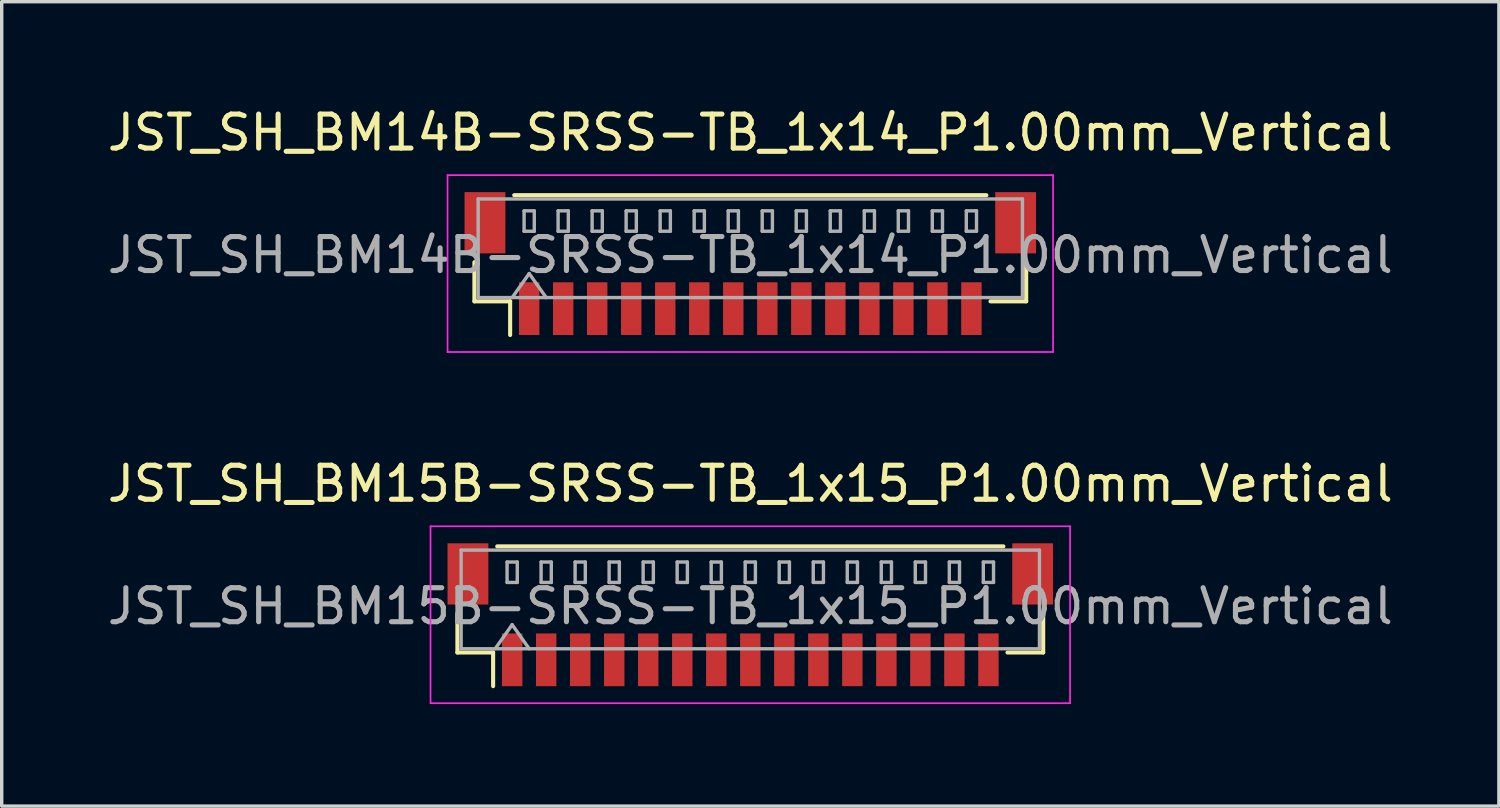
<source format=kicad_pcb>
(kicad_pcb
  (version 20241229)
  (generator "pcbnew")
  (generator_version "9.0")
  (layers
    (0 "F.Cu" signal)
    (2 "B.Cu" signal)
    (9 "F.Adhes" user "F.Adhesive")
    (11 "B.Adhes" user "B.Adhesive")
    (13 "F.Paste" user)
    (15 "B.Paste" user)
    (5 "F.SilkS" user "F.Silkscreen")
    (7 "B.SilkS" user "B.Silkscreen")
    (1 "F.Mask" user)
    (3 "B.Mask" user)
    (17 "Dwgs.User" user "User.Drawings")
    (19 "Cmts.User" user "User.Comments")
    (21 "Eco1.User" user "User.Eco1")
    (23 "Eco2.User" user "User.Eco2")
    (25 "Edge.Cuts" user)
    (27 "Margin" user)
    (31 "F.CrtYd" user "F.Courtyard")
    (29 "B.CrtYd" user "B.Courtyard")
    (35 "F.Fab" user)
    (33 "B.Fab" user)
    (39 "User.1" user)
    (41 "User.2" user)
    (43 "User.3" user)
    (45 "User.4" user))
  (footprint "JST_SH_BM15B-SRSS-TB_1x15_P1.00mm_Vertical"
    (layer "F.Cu")
    (at 19.006 15.021)
    (property "Reference" "JST_SH_BM15B-SRSS-TB_1x15_P1.00mm_Vertical" (at 0 -3.85 0) (layer "F.SilkS") (effects (font (size 1 1) (thickness 0.15))))
    (attr smd)
    (fp_line (start -8.61 -0.04) (end -8.61 1.11) (stroke (width 0.12) (type solid)) (layer "F.SilkS"))
    (fp_line (start -8.61 1.11) (end -7.56 1.11) (stroke (width 0.12) (type solid)) (layer "F.SilkS"))
    (fp_line (start -7.56 1.11) (end -7.56 2.1) (stroke (width 0.12) (type solid)) (layer "F.SilkS"))
    (fp_line (start -7.44 -2.01) (end 7.44 -2.01) (stroke (width 0.12) (type solid)) (layer "F.SilkS"))
    (fp_line (start 8.61 -0.04) (end 8.61 1.11) (stroke (width 0.12) (type solid)) (layer "F.SilkS"))
    (fp_line (start 8.61 1.11) (end 7.56 1.11) (stroke (width 0.12) (type solid)) (layer "F.SilkS"))
    (fp_line (start -9.4 -2.6) (end -9.4 2.6) (stroke (width 0.05) (type solid)) (layer "F.CrtYd"))
    (fp_line (start -9.4 2.6) (end 9.4 2.6) (stroke (width 0.05) (type solid)) (layer "F.CrtYd"))
    (fp_line (start 9.4 -2.6) (end -9.4 -2.6) (stroke (width 0.05) (type solid)) (layer "F.CrtYd"))
    (fp_line (start 9.4 2.6) (end 9.4 -2.6) (stroke (width 0.05) (type solid)) (layer "F.CrtYd"))
    (fp_line (start -8.5 -1.9) (end 8.5 -1.9) (stroke (width 0.1) (type solid)) (layer "F.Fab"))
    (fp_line (start -8.5 1) (end -8.5 -1.9) (stroke (width 0.1) (type solid)) (layer "F.Fab"))
    (fp_line (start -8.5 1) (end 8.5 1) (stroke (width 0.1) (type solid)) (layer "F.Fab"))
    (fp_line (start -7.5 1) (end -7 0.293) (stroke (width 0.1) (type solid)) (layer "F.Fab"))
    (fp_line (start -7.15 -1.55) (end -7.15 -0.95) (stroke (width 0.1) (type solid)) (layer "F.Fab"))
    (fp_line (start -7.15 -0.95) (end -6.85 -0.95) (stroke (width 0.1) (type solid)) (layer "F.Fab"))
    (fp_line (start -7 0.293) (end -6.5 1) (stroke (width 0.1) (type solid)) (layer "F.Fab"))
    (fp_line (start -6.85 -1.55) (end -7.15 -1.55) (stroke (width 0.1) (type solid)) (layer "F.Fab"))
    (fp_line (start -6.85 -0.95) (end -6.85 -1.55) (stroke (width 0.1) (type solid)) (layer "F.Fab"))
    (fp_line (start -6.15 -1.55) (end -6.15 -0.95) (stroke (width 0.1) (type solid)) (layer "F.Fab"))
    (fp_line (start -6.15 -0.95) (end -5.85 -0.95) (stroke (width 0.1) (type solid)) (layer "F.Fab"))
    (fp_line (start -5.85 -1.55) (end -6.15 -1.55) (stroke (width 0.1) (type solid)) (layer "F.Fab"))
    (fp_line (start -5.85 -0.95) (end -5.85 -1.55) (stroke (width 0.1) (type solid)) (layer "F.Fab"))
    (fp_line (start -5.15 -1.55) (end -5.15 -0.95) (stroke (width 0.1) (type solid)) (layer "F.Fab"))
    (fp_line (start -5.15 -0.95) (end -4.85 -0.95) (stroke (width 0.1) (type solid)) (layer "F.Fab"))
    (fp_line (start -4.85 -1.55) (end -5.15 -1.55) (stroke (width 0.1) (type solid)) (layer "F.Fab"))
    (fp_line (start -4.85 -0.95) (end -4.85 -1.55) (stroke (width 0.1) (type solid)) (layer "F.Fab"))
    (fp_line (start -4.15 -1.55) (end -4.15 -0.95) (stroke (width 0.1) (type solid)) (layer "F.Fab"))
    (fp_line (start -4.15 -0.95) (end -3.85 -0.95) (stroke (width 0.1) (type solid)) (layer "F.Fab"))
    (fp_line (start -3.85 -1.55) (end -4.15 -1.55) (stroke (width 0.1) (type solid)) (layer "F.Fab"))
    (fp_line (start -3.85 -0.95) (end -3.85 -1.55) (stroke (width 0.1) (type solid)) (layer "F.Fab"))
    (fp_line (start -3.15 -1.55) (end -3.15 -0.95) (stroke (width 0.1) (type solid)) (layer "F.Fab"))
    (fp_line (start -3.15 -0.95) (end -2.85 -0.95) (stroke (width 0.1) (type solid)) (layer "F.Fab"))
    (fp_line (start -2.85 -1.55) (end -3.15 -1.55) (stroke (width 0.1) (type solid)) (layer "F.Fab"))
    (fp_line (start -2.85 -0.95) (end -2.85 -1.55) (stroke (width 0.1) (type solid)) (layer "F.Fab"))
    (fp_line (start -2.15 -1.55) (end -2.15 -0.95) (stroke (width 0.1) (type solid)) (layer "F.Fab"))
    (fp_line (start -2.15 -0.95) (end -1.85 -0.95) (stroke (width 0.1) (type solid)) (layer "F.Fab"))
    (fp_line (start -1.85 -1.55) (end -2.15 -1.55) (stroke (width 0.1) (type solid)) (layer "F.Fab"))
    (fp_line (start -1.85 -0.95) (end -1.85 -1.55) (stroke (width 0.1) (type solid)) (layer "F.Fab"))
    (fp_line (start -1.15 -1.55) (end -1.15 -0.95) (stroke (width 0.1) (type solid)) (layer "F.Fab"))
    (fp_line (start -1.15 -0.95) (end -0.85 -0.95) (stroke (width 0.1) (type solid)) (layer "F.Fab"))
    (fp_line (start -0.85 -1.55) (end -1.15 -1.55) (stroke (width 0.1) (type solid)) (layer "F.Fab"))
    (fp_line (start -0.85 -0.95) (end -0.85 -1.55) (stroke (width 0.1) (type solid)) (layer "F.Fab"))
    (fp_line (start -0.15 -1.55) (end -0.15 -0.95) (stroke (width 0.1) (type solid)) (layer "F.Fab"))
    (fp_line (start -0.15 -0.95) (end 0.15 -0.95) (stroke (width 0.1) (type solid)) (layer "F.Fab"))
    (fp_line (start 0.15 -1.55) (end -0.15 -1.55) (stroke (width 0.1) (type solid)) (layer "F.Fab"))
    (fp_line (start 0.15 -0.95) (end 0.15 -1.55) (stroke (width 0.1) (type solid)) (layer "F.Fab"))
    (fp_line (start 0.85 -1.55) (end 0.85 -0.95) (stroke (width 0.1) (type solid)) (layer "F.Fab"))
    (fp_line (start 0.85 -0.95) (end 1.15 -0.95) (stroke (width 0.1) (type solid)) (layer "F.Fab"))
    (fp_line (start 1.15 -1.55) (end 0.85 -1.55) (stroke (width 0.1) (type solid)) (layer "F.Fab"))
    (fp_line (start 1.15 -0.95) (end 1.15 -1.55) (stroke (width 0.1) (type solid)) (layer "F.Fab"))
    (fp_line (start 1.85 -1.55) (end 1.85 -0.95) (stroke (width 0.1) (type solid)) (layer "F.Fab"))
    (fp_line (start 1.85 -0.95) (end 2.15 -0.95) (stroke (width 0.1) (type solid)) (layer "F.Fab"))
    (fp_line (start 2.15 -1.55) (end 1.85 -1.55) (stroke (width 0.1) (type solid)) (layer "F.Fab"))
    (fp_line (start 2.15 -0.95) (end 2.15 -1.55) (stroke (width 0.1) (type solid)) (layer "F.Fab"))
    (fp_line (start 2.85 -1.55) (end 2.85 -0.95) (stroke (width 0.1) (type solid)) (layer "F.Fab"))
    (fp_line (start 2.85 -0.95) (end 3.15 -0.95) (stroke (width 0.1) (type solid)) (layer "F.Fab"))
    (fp_line (start 3.15 -1.55) (end 2.85 -1.55) (stroke (width 0.1) (type solid)) (layer "F.Fab"))
    (fp_line (start 3.15 -0.95) (end 3.15 -1.55) (stroke (width 0.1) (type solid)) (layer "F.Fab"))
    (fp_line (start 3.85 -1.55) (end 3.85 -0.95) (stroke (width 0.1) (type solid)) (layer "F.Fab"))
    (fp_line (start 3.85 -0.95) (end 4.15 -0.95) (stroke (width 0.1) (type solid)) (layer "F.Fab"))
    (fp_line (start 4.15 -1.55) (end 3.85 -1.55) (stroke (width 0.1) (type solid)) (layer "F.Fab"))
    (fp_line (start 4.15 -0.95) (end 4.15 -1.55) (stroke (width 0.1) (type solid)) (layer "F.Fab"))
    (fp_line (start 4.85 -1.55) (end 4.85 -0.95) (stroke (width 0.1) (type solid)) (layer "F.Fab"))
    (fp_line (start 4.85 -0.95) (end 5.15 -0.95) (stroke (width 0.1) (type solid)) (layer "F.Fab"))
    (fp_line (start 5.15 -1.55) (end 4.85 -1.55) (stroke (width 0.1) (type solid)) (layer "F.Fab"))
    (fp_line (start 5.15 -0.95) (end 5.15 -1.55) (stroke (width 0.1) (type solid)) (layer "F.Fab"))
    (fp_line (start 5.85 -1.55) (end 5.85 -0.95) (stroke (width 0.1) (type solid)) (layer "F.Fab"))
    (fp_line (start 5.85 -0.95) (end 6.15 -0.95) (stroke (width 0.1) (type solid)) (layer "F.Fab"))
    (fp_line (start 6.15 -1.55) (end 5.85 -1.55) (stroke (width 0.1) (type solid)) (layer "F.Fab"))
    (fp_line (start 6.15 -0.95) (end 6.15 -1.55) (stroke (width 0.1) (type solid)) (layer "F.Fab"))
    (fp_line (start 6.85 -1.55) (end 6.85 -0.95) (stroke (width 0.1) (type solid)) (layer "F.Fab"))
    (fp_line (start 6.85 -0.95) (end 7.15 -0.95) (stroke (width 0.1) (type solid)) (layer "F.Fab"))
    (fp_line (start 7.15 -1.55) (end 6.85 -1.55) (stroke (width 0.1) (type solid)) (layer "F.Fab"))
    (fp_line (start 7.15 -0.95) (end 7.15 -1.55) (stroke (width 0.1) (type solid)) (layer "F.Fab"))
    (fp_line (start 8.5 1) (end 8.5 -1.9) (stroke (width 0.1) (type solid)) (layer "F.Fab"))
    (fp_text user "${REFERENCE}" (at 0 -0.25 0) (layer "F.Fab") (effects (font (size 1 1) (thickness 0.15))))
    (pad "" smd rect (at -8.3 -1.2) (size 1.2 1.8) (layers "F.Cu" "F.Mask" "F.Paste"))
    (pad "" smd rect (at 8.3 -1.2) (size 1.2 1.8) (layers "F.Cu" "F.Mask" "F.Paste"))
    (pad "1" smd rect (at -7 1.325) (size 0.6 1.55) (layers "F.Cu" "F.Mask" "F.Paste"))
    (pad "2" smd rect (at -6 1.325) (size 0.6 1.55) (layers "F.Cu" "F.Mask" "F.Paste"))
    (pad "3" smd rect (at -5 1.325) (size 0.6 1.55) (layers "F.Cu" "F.Mask" "F.Paste"))
    (pad "4" smd rect (at -4 1.325) (size 0.6 1.55) (layers "F.Cu" "F.Mask" "F.Paste"))
    (pad "5" smd rect (at -3 1.325) (size 0.6 1.55) (layers "F.Cu" "F.Mask" "F.Paste"))
    (pad "6" smd rect (at -2 1.325) (size 0.6 1.55) (layers "F.Cu" "F.Mask" "F.Paste"))
    (pad "7" smd rect (at -1 1.325) (size 0.6 1.55) (layers "F.Cu" "F.Mask" "F.Paste"))
    (pad "8" smd rect (at 0 1.325) (size 0.6 1.55) (layers "F.Cu" "F.Mask" "F.Paste"))
    (pad "9" smd rect (at 1 1.325) (size 0.6 1.55) (layers "F.Cu" "F.Mask" "F.Paste"))
    (pad "10" smd rect (at 2 1.325) (size 0.6 1.55) (layers "F.Cu" "F.Mask" "F.Paste"))
    (pad "11" smd rect (at 3 1.325) (size 0.6 1.55) (layers "F.Cu" "F.Mask" "F.Paste"))
    (pad "12" smd rect (at 4 1.325) (size 0.6 1.55) (layers "F.Cu" "F.Mask" "F.Paste"))
    (pad "13" smd rect (at 5 1.325) (size 0.6 1.55) (layers "F.Cu" "F.Mask" "F.Paste"))
    (pad "14" smd rect (at 6 1.325) (size 0.6 1.55) (layers "F.Cu" "F.Mask" "F.Paste"))
    (pad "15" smd rect (at 7 1.325) (size 0.6 1.55) (layers "F.Cu" "F.Mask" "F.Paste")))
  (footprint "JST_SH_BM14B-SRSS-TB_1x14_P1.00mm_Vertical"
    (layer "F.Cu")
    (at 19.006 4.698)
    (property "Reference" "JST_SH_BM14B-SRSS-TB_1x14_P1.00mm_Vertical" (at 0 -3.85 0) (layer "F.SilkS") (effects (font (size 1 1) (thickness 0.15))))
    (attr smd)
    (fp_line (start -8.11 -0.04) (end -8.11 1.11) (stroke (width 0.12) (type solid)) (layer "F.SilkS"))
    (fp_line (start -8.11 1.11) (end -7.06 1.11) (stroke (width 0.12) (type solid)) (layer "F.SilkS"))
    (fp_line (start -7.06 1.11) (end -7.06 2.1) (stroke (width 0.12) (type solid)) (layer "F.SilkS"))
    (fp_line (start -6.94 -2.01) (end 6.94 -2.01) (stroke (width 0.12) (type solid)) (layer "F.SilkS"))
    (fp_line (start 8.11 -0.04) (end 8.11 1.11) (stroke (width 0.12) (type solid)) (layer "F.SilkS"))
    (fp_line (start 8.11 1.11) (end 7.06 1.11) (stroke (width 0.12) (type solid)) (layer "F.SilkS"))
    (fp_line (start -8.9 -2.6) (end -8.9 2.6) (stroke (width 0.05) (type solid)) (layer "F.CrtYd"))
    (fp_line (start -8.9 2.6) (end 8.9 2.6) (stroke (width 0.05) (type solid)) (layer "F.CrtYd"))
    (fp_line (start 8.9 -2.6) (end -8.9 -2.6) (stroke (width 0.05) (type solid)) (layer "F.CrtYd"))
    (fp_line (start 8.9 2.6) (end 8.9 -2.6) (stroke (width 0.05) (type solid)) (layer "F.CrtYd"))
    (fp_line (start -8 -1.9) (end 8 -1.9) (stroke (width 0.1) (type solid)) (layer "F.Fab"))
    (fp_line (start -8 1) (end -8 -1.9) (stroke (width 0.1) (type solid)) (layer "F.Fab"))
    (fp_line (start -8 1) (end 8 1) (stroke (width 0.1) (type solid)) (layer "F.Fab"))
    (fp_line (start -7 1) (end -6.5 0.293) (stroke (width 0.1) (type solid)) (layer "F.Fab"))
    (fp_line (start -6.65 -1.55) (end -6.65 -0.95) (stroke (width 0.1) (type solid)) (layer "F.Fab"))
    (fp_line (start -6.65 -0.95) (end -6.35 -0.95) (stroke (width 0.1) (type solid)) (layer "F.Fab"))
    (fp_line (start -6.5 0.293) (end -6 1) (stroke (width 0.1) (type solid)) (layer "F.Fab"))
    (fp_line (start -6.35 -1.55) (end -6.65 -1.55) (stroke (width 0.1) (type solid)) (layer "F.Fab"))
    (fp_line (start -6.35 -0.95) (end -6.35 -1.55) (stroke (width 0.1) (type solid)) (layer "F.Fab"))
    (fp_line (start -5.65 -1.55) (end -5.65 -0.95) (stroke (width 0.1) (type solid)) (layer "F.Fab"))
    (fp_line (start -5.65 -0.95) (end -5.35 -0.95) (stroke (width 0.1) (type solid)) (layer "F.Fab"))
    (fp_line (start -5.35 -1.55) (end -5.65 -1.55) (stroke (width 0.1) (type solid)) (layer "F.Fab"))
    (fp_line (start -5.35 -0.95) (end -5.35 -1.55) (stroke (width 0.1) (type solid)) (layer "F.Fab"))
    (fp_line (start -4.65 -1.55) (end -4.65 -0.95) (stroke (width 0.1) (type solid)) (layer "F.Fab"))
    (fp_line (start -4.65 -0.95) (end -4.35 -0.95) (stroke (width 0.1) (type solid)) (layer "F.Fab"))
    (fp_line (start -4.35 -1.55) (end -4.65 -1.55) (stroke (width 0.1) (type solid)) (layer "F.Fab"))
    (fp_line (start -4.35 -0.95) (end -4.35 -1.55) (stroke (width 0.1) (type solid)) (layer "F.Fab"))
    (fp_line (start -3.65 -1.55) (end -3.65 -0.95) (stroke (width 0.1) (type solid)) (layer "F.Fab"))
    (fp_line (start -3.65 -0.95) (end -3.35 -0.95) (stroke (width 0.1) (type solid)) (layer "F.Fab"))
    (fp_line (start -3.35 -1.55) (end -3.65 -1.55) (stroke (width 0.1) (type solid)) (layer "F.Fab"))
    (fp_line (start -3.35 -0.95) (end -3.35 -1.55) (stroke (width 0.1) (type solid)) (layer "F.Fab"))
    (fp_line (start -2.65 -1.55) (end -2.65 -0.95) (stroke (width 0.1) (type solid)) (layer "F.Fab"))
    (fp_line (start -2.65 -0.95) (end -2.35 -0.95) (stroke (width 0.1) (type solid)) (layer "F.Fab"))
    (fp_line (start -2.35 -1.55) (end -2.65 -1.55) (stroke (width 0.1) (type solid)) (layer "F.Fab"))
    (fp_line (start -2.35 -0.95) (end -2.35 -1.55) (stroke (width 0.1) (type solid)) (layer "F.Fab"))
    (fp_line (start -1.65 -1.55) (end -1.65 -0.95) (stroke (width 0.1) (type solid)) (layer "F.Fab"))
    (fp_line (start -1.65 -0.95) (end -1.35 -0.95) (stroke (width 0.1) (type solid)) (layer "F.Fab"))
    (fp_line (start -1.35 -1.55) (end -1.65 -1.55) (stroke (width 0.1) (type solid)) (layer "F.Fab"))
    (fp_line (start -1.35 -0.95) (end -1.35 -1.55) (stroke (width 0.1) (type solid)) (layer "F.Fab"))
    (fp_line (start -0.65 -1.55) (end -0.65 -0.95) (stroke (width 0.1) (type solid)) (layer "F.Fab"))
    (fp_line (start -0.65 -0.95) (end -0.35 -0.95) (stroke (width 0.1) (type solid)) (layer "F.Fab"))
    (fp_line (start -0.35 -1.55) (end -0.65 -1.55) (stroke (width 0.1) (type solid)) (layer "F.Fab"))
    (fp_line (start -0.35 -0.95) (end -0.35 -1.55) (stroke (width 0.1) (type solid)) (layer "F.Fab"))
    (fp_line (start 0.35 -1.55) (end 0.35 -0.95) (stroke (width 0.1) (type solid)) (layer "F.Fab"))
    (fp_line (start 0.35 -0.95) (end 0.65 -0.95) (stroke (width 0.1) (type solid)) (layer "F.Fab"))
    (fp_line (start 0.65 -1.55) (end 0.35 -1.55) (stroke (width 0.1) (type solid)) (layer "F.Fab"))
    (fp_line (start 0.65 -0.95) (end 0.65 -1.55) (stroke (width 0.1) (type solid)) (layer "F.Fab"))
    (fp_line (start 1.35 -1.55) (end 1.35 -0.95) (stroke (width 0.1) (type solid)) (layer "F.Fab"))
    (fp_line (start 1.35 -0.95) (end 1.65 -0.95) (stroke (width 0.1) (type solid)) (layer "F.Fab"))
    (fp_line (start 1.65 -1.55) (end 1.35 -1.55) (stroke (width 0.1) (type solid)) (layer "F.Fab"))
    (fp_line (start 1.65 -0.95) (end 1.65 -1.55) (stroke (width 0.1) (type solid)) (layer "F.Fab"))
    (fp_line (start 2.35 -1.55) (end 2.35 -0.95) (stroke (width 0.1) (type solid)) (layer "F.Fab"))
    (fp_line (start 2.35 -0.95) (end 2.65 -0.95) (stroke (width 0.1) (type solid)) (layer "F.Fab"))
    (fp_line (start 2.65 -1.55) (end 2.35 -1.55) (stroke (width 0.1) (type solid)) (layer "F.Fab"))
    (fp_line (start 2.65 -0.95) (end 2.65 -1.55) (stroke (width 0.1) (type solid)) (layer "F.Fab"))
    (fp_line (start 3.35 -1.55) (end 3.35 -0.95) (stroke (width 0.1) (type solid)) (layer "F.Fab"))
    (fp_line (start 3.35 -0.95) (end 3.65 -0.95) (stroke (width 0.1) (type solid)) (layer "F.Fab"))
    (fp_line (start 3.65 -1.55) (end 3.35 -1.55) (stroke (width 0.1) (type solid)) (layer "F.Fab"))
    (fp_line (start 3.65 -0.95) (end 3.65 -1.55) (stroke (width 0.1) (type solid)) (layer "F.Fab"))
    (fp_line (start 4.35 -1.55) (end 4.35 -0.95) (stroke (width 0.1) (type solid)) (layer "F.Fab"))
    (fp_line (start 4.35 -0.95) (end 4.65 -0.95) (stroke (width 0.1) (type solid)) (layer "F.Fab"))
    (fp_line (start 4.65 -1.55) (end 4.35 -1.55) (stroke (width 0.1) (type solid)) (layer "F.Fab"))
    (fp_line (start 4.65 -0.95) (end 4.65 -1.55) (stroke (width 0.1) (type solid)) (layer "F.Fab"))
    (fp_line (start 5.35 -1.55) (end 5.35 -0.95) (stroke (width 0.1) (type solid)) (layer "F.Fab"))
    (fp_line (start 5.35 -0.95) (end 5.65 -0.95) (stroke (width 0.1) (type solid)) (layer "F.Fab"))
    (fp_line (start 5.65 -1.55) (end 5.35 -1.55) (stroke (width 0.1) (type solid)) (layer "F.Fab"))
    (fp_line (start 5.65 -0.95) (end 5.65 -1.55) (stroke (width 0.1) (type solid)) (layer "F.Fab"))
    (fp_line (start 6.35 -1.55) (end 6.35 -0.95) (stroke (width 0.1) (type solid)) (layer "F.Fab"))
    (fp_line (start 6.35 -0.95) (end 6.65 -0.95) (stroke (width 0.1) (type solid)) (layer "F.Fab"))
    (fp_line (start 6.65 -1.55) (end 6.35 -1.55) (stroke (width 0.1) (type solid)) (layer "F.Fab"))
    (fp_line (start 6.65 -0.95) (end 6.65 -1.55) (stroke (width 0.1) (type solid)) (layer "F.Fab"))
    (fp_line (start 8 1) (end 8 -1.9) (stroke (width 0.1) (type solid)) (layer "F.Fab"))
    (fp_text user "${REFERENCE}" (at 0 -0.25 0) (layer "F.Fab") (effects (font (size 1 1) (thickness 0.15))))
    (pad "" smd rect (at -7.8 -1.2) (size 1.2 1.8) (layers "F.Cu" "F.Mask" "F.Paste"))
    (pad "" smd rect (at 7.8 -1.2) (size 1.2 1.8) (layers "F.Cu" "F.Mask" "F.Paste"))
    (pad "1" smd rect (at -6.5 1.325) (size 0.6 1.55) (layers "F.Cu" "F.Mask" "F.Paste"))
    (pad "2" smd rect (at -5.5 1.325) (size 0.6 1.55) (layers "F.Cu" "F.Mask" "F.Paste"))
    (pad "3" smd rect (at -4.5 1.325) (size 0.6 1.55) (layers "F.Cu" "F.Mask" "F.Paste"))
    (pad "4" smd rect (at -3.5 1.325) (size 0.6 1.55) (layers "F.Cu" "F.Mask" "F.Paste"))
    (pad "5" smd rect (at -2.5 1.325) (size 0.6 1.55) (layers "F.Cu" "F.Mask" "F.Paste"))
    (pad "6" smd rect (at -1.5 1.325) (size 0.6 1.55) (layers "F.Cu" "F.Mask" "F.Paste"))
    (pad "7" smd rect (at -0.5 1.325) (size 0.6 1.55) (layers "F.Cu" "F.Mask" "F.Paste"))
    (pad "8" smd rect (at 0.5 1.325) (size 0.6 1.55) (layers "F.Cu" "F.Mask" "F.Paste"))
    (pad "9" smd rect (at 1.5 1.325) (size 0.6 1.55) (layers "F.Cu" "F.Mask" "F.Paste"))
    (pad "10" smd rect (at 2.5 1.325) (size 0.6 1.55) (layers "F.Cu" "F.Mask" "F.Paste"))
    (pad "11" smd rect (at 3.5 1.325) (size 0.6 1.55) (layers "F.Cu" "F.Mask" "F.Paste"))
    (pad "12" smd rect (at 4.5 1.325) (size 0.6 1.55) (layers "F.Cu" "F.Mask" "F.Paste"))
    (pad "13" smd rect (at 5.5 1.325) (size 0.6 1.55) (layers "F.Cu" "F.Mask" "F.Paste"))
    (pad "14" smd rect (at 6.5 1.325) (size 0.6 1.55) (layers "F.Cu" "F.Mask" "F.Paste")))
  (gr_rect
    (start -3 -3)
    (end 41.012 20.646)
    (stroke (width 0.1) (type default))
    (fill no)
    (layer "Edge.Cuts")))
</source>
